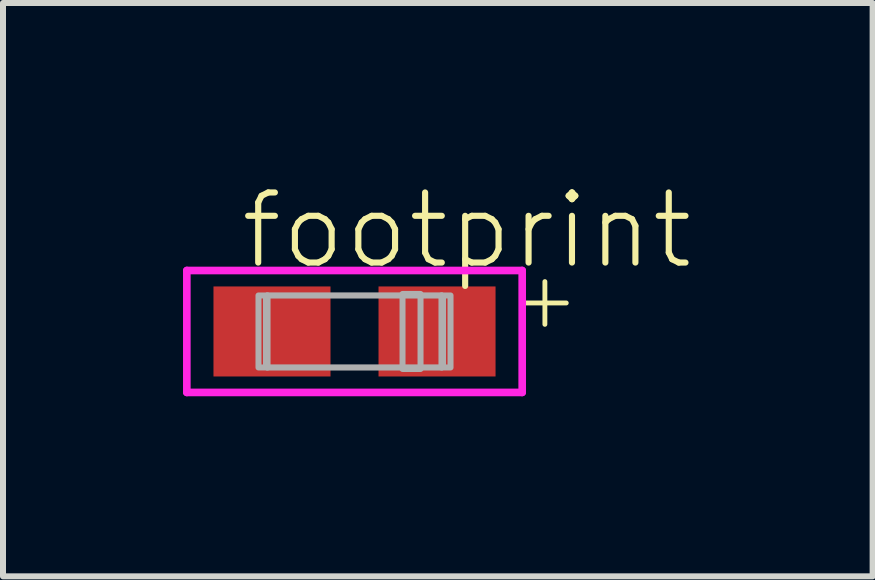
<source format=kicad_pcb>
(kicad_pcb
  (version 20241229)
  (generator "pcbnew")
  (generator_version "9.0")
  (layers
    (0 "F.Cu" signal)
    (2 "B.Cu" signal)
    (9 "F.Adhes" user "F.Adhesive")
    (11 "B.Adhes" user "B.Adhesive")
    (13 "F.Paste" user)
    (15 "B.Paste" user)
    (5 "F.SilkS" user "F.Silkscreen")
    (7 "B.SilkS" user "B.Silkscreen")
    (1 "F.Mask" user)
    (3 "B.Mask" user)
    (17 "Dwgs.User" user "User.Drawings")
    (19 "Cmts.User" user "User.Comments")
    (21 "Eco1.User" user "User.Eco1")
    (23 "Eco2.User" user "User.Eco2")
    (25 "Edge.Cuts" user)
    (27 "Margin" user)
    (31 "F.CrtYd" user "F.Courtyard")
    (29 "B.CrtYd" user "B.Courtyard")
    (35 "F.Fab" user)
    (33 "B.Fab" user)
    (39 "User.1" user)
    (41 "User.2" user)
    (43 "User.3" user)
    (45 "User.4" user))
  (footprint "footprint"
    (layer "F.Cu")
    (at 2.857 2.473)
    (property "Reference" "footprint" (at -1.95 -1 0) (layer "F.SilkS") (effects (font (size 1.168 1.168) (thickness 0.102)) (justify left bottom)))
    (fp_line (start -2.794 -1.016) (end 2.794 -1.016) (stroke (width 0.127) (type solid)) (layer "F.CrtYd"))
    (fp_line (start -2.794 1.016) (end -2.794 -1.016) (stroke (width 0.127) (type solid)) (layer "F.CrtYd"))
    (fp_line (start 2.794 -1.016) (end 2.794 1.016) (stroke (width 0.127) (type solid)) (layer "F.CrtYd"))
    (fp_line (start 2.794 1.016) (end -2.794 1.016) (stroke (width 0.127) (type solid)) (layer "F.CrtYd"))
    (fp_line (start -1.45 -0.6) (end 1.45 -0.6) (stroke (width 0.102) (type solid)) (layer "F.Fab"))
    (fp_line (start -1.45 0.6) (end -1.45 -0.6) (stroke (width 0.102) (type solid)) (layer "F.Fab"))
    (fp_line (start 1.45 -0.6) (end 1.45 0.6) (stroke (width 0.102) (type solid)) (layer "F.Fab"))
    (fp_line (start 1.45 0.6) (end -1.45 0.6) (stroke (width 0.102) (type solid)) (layer "F.Fab"))
    (fp_poly (pts (xy -1.6 0.6) (xy -1.475 0.6) (xy -1.475 -0.6) (xy -1.6 -0.6)) (stroke (width 0.1) (type solid)) (fill no) (layer "F.Fab"))
    (fp_poly (pts (xy 0.8 0.625) (xy 1.1 0.625) (xy 1.1 -0.625) (xy 0.8 -0.625)) (stroke (width 0.1) (type solid)) (fill no) (layer "F.Fab"))
    (fp_poly (pts (xy 1.475 0.6) (xy 1.6 0.6) (xy 1.6 -0.6) (xy 1.475 -0.6)) (stroke (width 0.1) (type solid)) (fill no) (layer "F.Fab"))
    (fp_text user "+" (at 2.54 0 0) (layer "F.SilkS") (effects (font (size 0.935 0.935) (thickness 0.081)) (justify left bottom)))
    (pad "+" smd rect (at 1.375 0) (size 1.95 1.5) (layers "F.Cu" "F.Mask" "F.Paste"))
    (pad "-" smd rect (at -1.375 0) (size 1.95 1.5) (layers "F.Cu" "F.Mask" "F.Paste")))
  (gr_rect
    (start -3 -3)
    (end 11.49 6.553)
    (stroke (width 0.1) (type default))
    (fill no)
    (layer "Edge.Cuts")))
</source>
